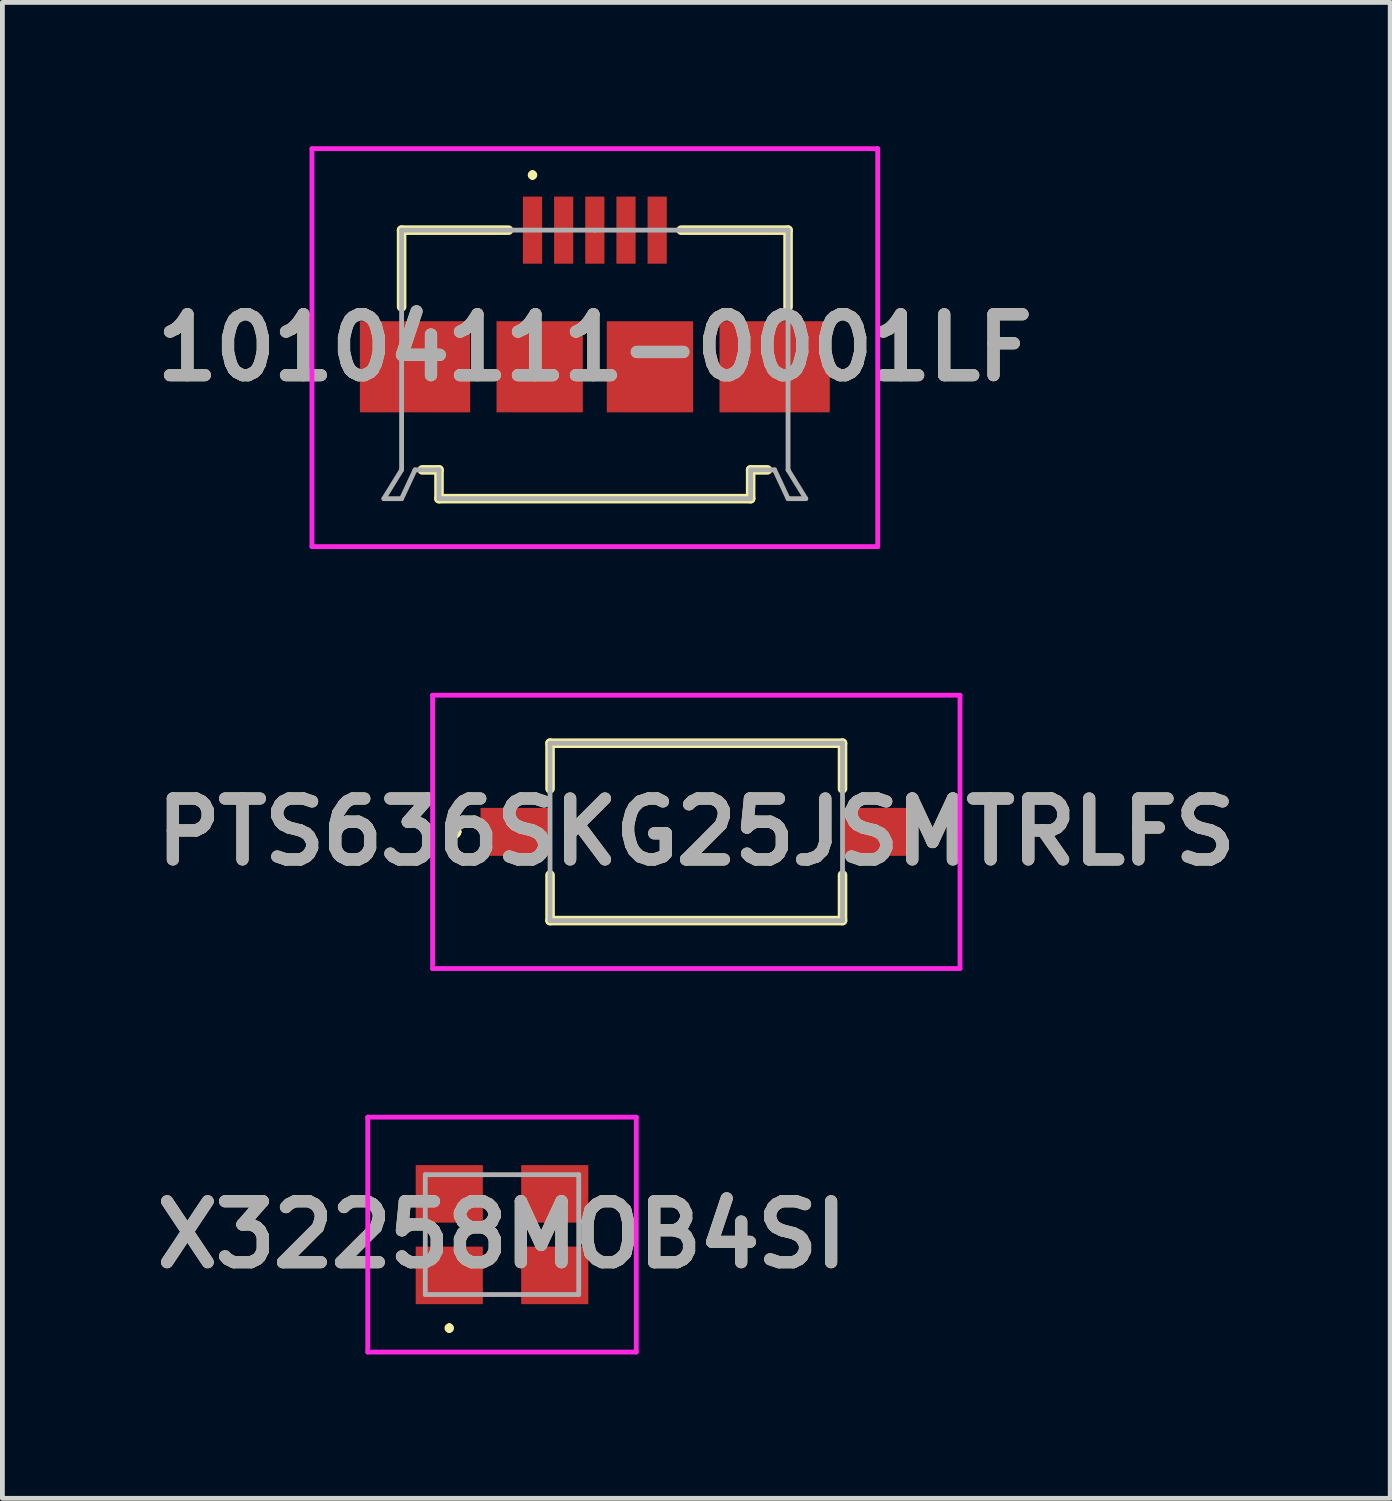
<source format=kicad_pcb>
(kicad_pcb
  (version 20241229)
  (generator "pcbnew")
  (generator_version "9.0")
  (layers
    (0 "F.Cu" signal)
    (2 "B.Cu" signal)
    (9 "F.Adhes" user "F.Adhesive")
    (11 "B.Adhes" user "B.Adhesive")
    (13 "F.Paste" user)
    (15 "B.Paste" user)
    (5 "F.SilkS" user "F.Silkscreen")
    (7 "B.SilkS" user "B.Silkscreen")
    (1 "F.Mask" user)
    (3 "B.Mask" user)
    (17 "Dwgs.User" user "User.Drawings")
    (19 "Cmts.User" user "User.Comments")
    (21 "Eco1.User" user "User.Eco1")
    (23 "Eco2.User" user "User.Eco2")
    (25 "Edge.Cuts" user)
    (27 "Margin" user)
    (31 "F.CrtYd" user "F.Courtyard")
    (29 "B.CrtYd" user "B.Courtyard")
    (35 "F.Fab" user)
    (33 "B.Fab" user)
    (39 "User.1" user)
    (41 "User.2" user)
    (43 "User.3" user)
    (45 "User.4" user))
  (footprint "PTS636SKG25JSMTRLFS"
    (layer "F.Cu")
    (at 11.472 14.3)
    (property "Reference" "PTS636SKG25JSMTRLFS" (at 0 0 0) (layer "F.SilkS") (effects (font (size 1.27 1.27) (thickness 0.254))))
    (attr smd)
    (fp_line (start -5.1 0) (end -5.1 0) (stroke (width 0.2) (type solid)) (layer "F.SilkS"))
    (fp_line (start -5.1 0) (end -5 0) (stroke (width 0.2) (type solid)) (layer "F.SilkS"))
    (fp_line (start -5 0) (end -5 0) (stroke (width 0.2) (type solid)) (layer "F.SilkS"))
    (fp_line (start -3.05 -1.85) (end 3.05 -1.85) (stroke (width 0.2) (type solid)) (layer "F.SilkS"))
    (fp_line (start -3.05 -0.9) (end -3.05 -1.85) (stroke (width 0.2) (type solid)) (layer "F.SilkS"))
    (fp_line (start -3.05 0.9) (end -3.05 1.85) (stroke (width 0.2) (type solid)) (layer "F.SilkS"))
    (fp_line (start -3.05 1.85) (end 3.05 1.85) (stroke (width 0.2) (type solid)) (layer "F.SilkS"))
    (fp_line (start 3.05 -1.85) (end 3.05 -0.9) (stroke (width 0.2) (type solid)) (layer "F.SilkS"))
    (fp_line (start 3.05 1.85) (end 3.05 0.9) (stroke (width 0.2) (type solid)) (layer "F.SilkS"))
    (fp_arc (start -5.1 0) (mid -5.05 -0.05) (end -5 0) (stroke (width 0.2) (type solid)) (layer "F.SilkS"))
    (fp_arc (start -5 0) (mid -5.05 0.05) (end -5.1 0) (stroke (width 0.2) (type solid)) (layer "F.SilkS"))
    (fp_line (start -5.5 -2.85) (end 5.5 -2.85) (stroke (width 0.1) (type solid)) (layer "F.CrtYd"))
    (fp_line (start -5.5 2.85) (end -5.5 -2.85) (stroke (width 0.1) (type solid)) (layer "F.CrtYd"))
    (fp_line (start 5.5 -2.85) (end 5.5 2.85) (stroke (width 0.1) (type solid)) (layer "F.CrtYd"))
    (fp_line (start 5.5 2.85) (end -5.5 2.85) (stroke (width 0.1) (type solid)) (layer "F.CrtYd"))
    (fp_line (start -3.05 -1.85) (end 3.05 -1.85) (stroke (width 0.1) (type solid)) (layer "F.Fab"))
    (fp_line (start -3.05 1.85) (end -3.05 -1.85) (stroke (width 0.1) (type solid)) (layer "F.Fab"))
    (fp_line (start 3.05 -1.85) (end 3.05 1.85) (stroke (width 0.1) (type solid)) (layer "F.Fab"))
    (fp_line (start 3.05 1.85) (end -3.05 1.85) (stroke (width 0.1) (type solid)) (layer "F.Fab"))
    (fp_text user "${REFERENCE}" (at 0 0 0) (layer "F.Fab") (effects (font (size 1.27 1.27) (thickness 0.254))))
    (pad "1" smd rect (at -3.775 0 90) (size 1 1.45) (layers "F.Cu" "F.Mask" "F.Paste"))
    (pad "2" smd rect (at 3.775 0 90) (size 1 1.45) (layers "F.Cu" "F.Mask" "F.Paste")))
  (footprint "10104111-0001LF"
    (layer "F.Cu")
    (at 9.356 4.55)
    (property "Reference" "10104111-0001LF" (at 0 -0.35 0) (layer "F.SilkS") (effects (font (size 1.27 1.27) (thickness 0.254))))
    (attr smd)
    (fp_line (start -4.03 -2.8) (end -4.03 -1.2) (stroke (width 0.2) (type solid)) (layer "F.SilkS"))
    (fp_line (start -3.6 2.2) (end -3.25 2.2) (stroke (width 0.2) (type solid)) (layer "F.SilkS"))
    (fp_line (start -3.25 2.2) (end -3.25 2.8) (stroke (width 0.2) (type solid)) (layer "F.SilkS"))
    (fp_line (start -3.25 2.8) (end 3.25 2.8) (stroke (width 0.2) (type solid)) (layer "F.SilkS"))
    (fp_line (start -1.8 -2.8) (end -4.03 -2.8) (stroke (width 0.2) (type solid)) (layer "F.SilkS"))
    (fp_line (start -1.3 -4) (end -1.3 -4) (stroke (width 0.1) (type solid)) (layer "F.SilkS"))
    (fp_line (start -1.3 -3.9) (end -1.3 -3.9) (stroke (width 0.1) (type solid)) (layer "F.SilkS"))
    (fp_line (start 1.8 -2.8) (end 4.03 -2.8) (stroke (width 0.2) (type solid)) (layer "F.SilkS"))
    (fp_line (start 3.25 2.2) (end 3.6 2.2) (stroke (width 0.2) (type solid)) (layer "F.SilkS"))
    (fp_line (start 3.25 2.8) (end 3.25 2.2) (stroke (width 0.2) (type solid)) (layer "F.SilkS"))
    (fp_line (start 4.03 -2.8) (end 4.03 -1.2) (stroke (width 0.2) (type solid)) (layer "F.SilkS"))
    (fp_arc (start -1.3 -4) (mid -1.25 -3.95) (end -1.3 -3.9) (stroke (width 0.1) (type solid)) (layer "F.SilkS"))
    (fp_arc (start -1.3 -3.9) (mid -1.35 -3.95) (end -1.3 -4) (stroke (width 0.1) (type solid)) (layer "F.SilkS"))
    (fp_line (start -5.9 -4.5) (end 5.9 -4.5) (stroke (width 0.1) (type solid)) (layer "F.CrtYd"))
    (fp_line (start -5.9 3.8) (end -5.9 -4.5) (stroke (width 0.1) (type solid)) (layer "F.CrtYd"))
    (fp_line (start 5.9 -4.5) (end 5.9 3.8) (stroke (width 0.1) (type solid)) (layer "F.CrtYd"))
    (fp_line (start 5.9 3.8) (end -5.9 3.8) (stroke (width 0.1) (type solid)) (layer "F.CrtYd"))
    (fp_line (start -4.4 2.8) (end -4.03 2.8) (stroke (width 0.1) (type solid)) (layer "F.Fab"))
    (fp_line (start -4.03 -2.8) (end -4.03 2.2) (stroke (width 0.1) (type solid)) (layer "F.Fab"))
    (fp_line (start -4.03 2.2) (end -4.4 2.8) (stroke (width 0.1) (type solid)) (layer "F.Fab"))
    (fp_line (start -4.03 2.8) (end -3.75 2.2) (stroke (width 0.1) (type solid)) (layer "F.Fab"))
    (fp_line (start -3.75 2.2) (end -3.25 2.2) (stroke (width 0.1) (type solid)) (layer "F.Fab"))
    (fp_line (start -3.25 2.2) (end -3.25 2.8) (stroke (width 0.1) (type solid)) (layer "F.Fab"))
    (fp_line (start -3.25 2.8) (end 3.25 2.8) (stroke (width 0.1) (type solid)) (layer "F.Fab"))
    (fp_line (start 0 -2.8) (end -4.03 -2.8) (stroke (width 0.1) (type solid)) (layer "F.Fab"))
    (fp_line (start 3.25 2.2) (end 3.75 2.2) (stroke (width 0.1) (type solid)) (layer "F.Fab"))
    (fp_line (start 3.25 2.8) (end 3.25 2.2) (stroke (width 0.1) (type solid)) (layer "F.Fab"))
    (fp_line (start 3.75 2.2) (end 4.03 2.8) (stroke (width 0.1) (type solid)) (layer "F.Fab"))
    (fp_line (start 4.03 -2.8) (end 0 -2.8) (stroke (width 0.1) (type solid)) (layer "F.Fab"))
    (fp_line (start 4.03 2.2) (end 4.03 -2.8) (stroke (width 0.1) (type solid)) (layer "F.Fab"))
    (fp_line (start 4.03 2.8) (end 4.4 2.8) (stroke (width 0.1) (type solid)) (layer "F.Fab"))
    (fp_line (start 4.4 2.8) (end 4.03 2.2) (stroke (width 0.1) (type solid)) (layer "F.Fab"))
    (fp_text user "${REFERENCE}" (at 0 -0.35 0) (layer "F.Fab") (effects (font (size 1.27 1.27) (thickness 0.254))))
    (pad "1" smd rect (at -1.3 -2.8) (size 0.4 1.4) (layers "F.Cu" "F.Mask" "F.Paste"))
    (pad "2" smd rect (at -0.65 -2.8) (size 0.4 1.4) (layers "F.Cu" "F.Mask" "F.Paste"))
    (pad "3" smd rect (at 0 -2.8) (size 0.4 1.4) (layers "F.Cu" "F.Mask" "F.Paste"))
    (pad "4" smd rect (at 0.65 -2.8) (size 0.4 1.4) (layers "F.Cu" "F.Mask" "F.Paste"))
    (pad "5" smd rect (at 1.3 -2.8) (size 0.4 1.4) (layers "F.Cu" "F.Mask" "F.Paste"))
    (pad "6" smd rect (at -3.75 0.05 90) (size 1.9 2.3) (layers "F.Cu" "F.Mask" "F.Paste"))
    (pad "7" smd rect (at 3.75 0.05 90) (size 1.9 2.3) (layers "F.Cu" "F.Mask" "F.Paste"))
    (pad "8" smd rect (at -1.15 0.05) (size 1.8 1.9) (layers "F.Cu" "F.Mask" "F.Paste"))
    (pad "9" smd rect (at 1.15 0.05) (size 1.8 1.9) (layers "F.Cu" "F.Mask" "F.Paste")))
  (footprint "X32258MOB4SI"
    (layer "F.Cu")
    (at 7.42 22.7)
    (property "Reference" "X32258MOB4SI" (at 0 0 0) (layer "F.SilkS") (effects (font (size 1.27 1.27) (thickness 0.254))))
    (attr smd)
    (fp_line (start -1.1 1.9) (end -1.1 1.9) (stroke (width 0.1) (type solid)) (layer "F.SilkS"))
    (fp_line (start -1.1 2) (end -1.1 2) (stroke (width 0.1) (type solid)) (layer "F.SilkS"))
    (fp_arc (start -1.1 1.9) (mid -1.05 1.95) (end -1.1 2) (stroke (width 0.1) (type solid)) (layer "F.SilkS"))
    (fp_arc (start -1.1 2) (mid -1.15 1.95) (end -1.1 1.9) (stroke (width 0.1) (type solid)) (layer "F.SilkS"))
    (fp_line (start -2.8 -2.45) (end 2.8 -2.45) (stroke (width 0.1) (type solid)) (layer "F.CrtYd"))
    (fp_line (start -2.8 2.45) (end -2.8 -2.45) (stroke (width 0.1) (type solid)) (layer "F.CrtYd"))
    (fp_line (start 2.8 -2.45) (end 2.8 2.45) (stroke (width 0.1) (type solid)) (layer "F.CrtYd"))
    (fp_line (start 2.8 2.45) (end -2.8 2.45) (stroke (width 0.1) (type solid)) (layer "F.CrtYd"))
    (fp_line (start -1.6 -1.25) (end 1.6 -1.25) (stroke (width 0.1) (type solid)) (layer "F.Fab"))
    (fp_line (start -1.6 1.25) (end -1.6 -1.25) (stroke (width 0.1) (type solid)) (layer "F.Fab"))
    (fp_line (start 1.6 -1.25) (end 1.6 1.25) (stroke (width 0.1) (type solid)) (layer "F.Fab"))
    (fp_line (start 1.6 1.25) (end -1.6 1.25) (stroke (width 0.1) (type solid)) (layer "F.Fab"))
    (fp_text user "${REFERENCE}" (at 0 0 0) (layer "F.Fab") (effects (font (size 1.27 1.27) (thickness 0.254))))
    (pad "1" smd rect (at -1.1 0.85 90) (size 1.2 1.4) (layers "F.Cu" "F.Mask" "F.Paste"))
    (pad "2" smd rect (at 1.1 0.85 90) (size 1.2 1.4) (layers "F.Cu" "F.Mask" "F.Paste"))
    (pad "3" smd rect (at 1.1 -0.85 90) (size 1.2 1.4) (layers "F.Cu" "F.Mask" "F.Paste"))
    (pad "4" smd rect (at -1.1 -0.85 90) (size 1.2 1.4) (layers "F.Cu" "F.Mask" "F.Paste")))
  (gr_rect
    (start -3 -3)
    (end 25.945 28.2)
    (stroke (width 0.1) (type default))
    (fill no)
    (layer "Edge.Cuts")))
</source>
